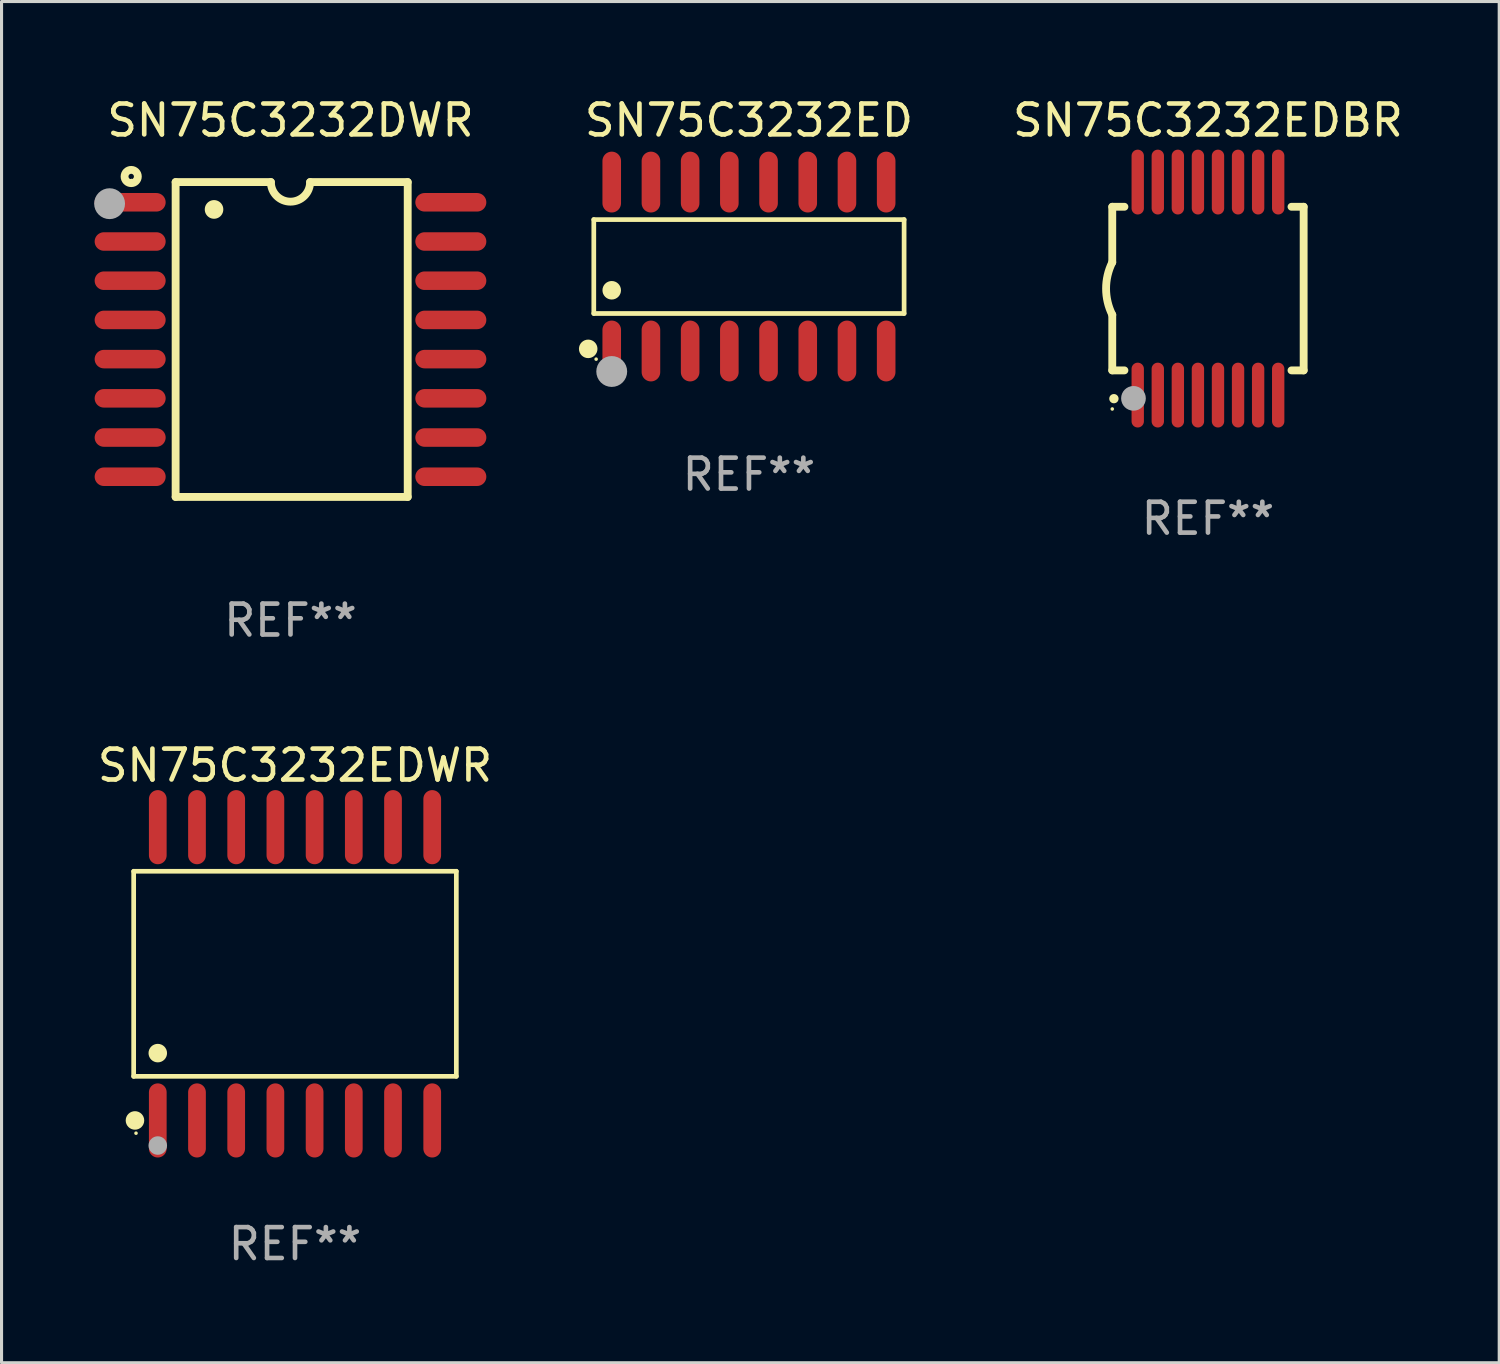
<source format=kicad_pcb>
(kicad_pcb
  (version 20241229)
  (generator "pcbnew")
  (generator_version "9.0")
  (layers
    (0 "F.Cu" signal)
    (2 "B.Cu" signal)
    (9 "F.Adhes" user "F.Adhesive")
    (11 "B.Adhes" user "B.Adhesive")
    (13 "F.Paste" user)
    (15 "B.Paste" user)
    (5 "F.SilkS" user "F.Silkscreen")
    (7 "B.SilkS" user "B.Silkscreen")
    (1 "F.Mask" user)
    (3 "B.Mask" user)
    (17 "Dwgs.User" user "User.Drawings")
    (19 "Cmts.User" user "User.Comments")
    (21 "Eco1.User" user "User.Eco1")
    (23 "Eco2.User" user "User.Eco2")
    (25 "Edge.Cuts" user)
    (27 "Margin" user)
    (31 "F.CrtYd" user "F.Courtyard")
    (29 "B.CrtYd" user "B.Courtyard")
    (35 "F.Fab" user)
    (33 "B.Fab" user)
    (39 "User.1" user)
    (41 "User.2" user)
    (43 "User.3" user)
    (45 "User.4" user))
  (footprint "SN75C3232EDBR"
    (layer "F.Cu")
    (at 36.08 6.298)
    (property "Reference" "SN75C3232EDBR" (at 0 -5.45 0) (layer "F.SilkS") (effects (font (size 1 1) (thickness 0.15))))
    (attr through_hole)
    (fp_line (start -3.1 -2.65) (end -3.1 -0.85) (stroke (width 0.254) (type solid)) (layer "F.SilkS"))
    (fp_line (start -3.1 -2.65) (end -2.706 -2.65) (stroke (width 0.254) (type solid)) (layer "F.SilkS"))
    (fp_line (start -3.1 2.65) (end -3.1 0.85) (stroke (width 0.254) (type solid)) (layer "F.SilkS"))
    (fp_line (start -3.1 2.65) (end -2.706 2.65) (stroke (width 0.254) (type solid)) (layer "F.SilkS"))
    (fp_line (start 2.706 -2.65) (end 3.1 -2.65) (stroke (width 0.254) (type solid)) (layer "F.SilkS"))
    (fp_line (start 2.706 2.65) (end 3.1 2.65) (stroke (width 0.254) (type solid)) (layer "F.SilkS"))
    (fp_line (start 3.1 -2.65) (end 3.1 2.65) (stroke (width 0.254) (type solid)) (layer "F.SilkS"))
    (fp_arc (start -3.098907 0.850902) (mid -3.300057 0.000523) (end -3.1 -0.850114) (stroke (width 0.254001) (type solid)) (layer "F.SilkS"))
    (fp_arc (start -3.048006 3.566066) (mid -3.046736 3.566061) (end -3.045466 3.566066) (stroke (width 0.3) (type solid)) (layer "F.SilkS"))
    (fp_circle (center -3.1 3.9) (end -3.07 3.9) (stroke (width 0.06) (type solid)) (fill no) (layer "F.SilkS"))
    (fp_circle (center -2.413 3.556) (end -2.213 3.556) (stroke (width 0.4) (type solid)) (fill no) (layer "F.Fab"))
    (fp_text user "REF**" (at 0 7.45 0) (layer "F.Fab") (effects (font (size 1 1) (thickness 0.15))))
    (pad "1" smd oval (at -2.275 3.45 180) (size 0.4 2.1) (layers "F.Cu" "F.Mask" "F.Paste"))
    (pad "2" smd oval (at -1.625 3.45 180) (size 0.4 2.1) (layers "F.Cu" "F.Mask" "F.Paste"))
    (pad "3" smd oval (at -0.975 3.45 180) (size 0.4 2.1) (layers "F.Cu" "F.Mask" "F.Paste"))
    (pad "4" smd oval (at -0.325 3.45 180) (size 0.4 2.1) (layers "F.Cu" "F.Mask" "F.Paste"))
    (pad "5" smd oval (at 0.325 3.45 180) (size 0.4 2.1) (layers "F.Cu" "F.Mask" "F.Paste"))
    (pad "6" smd oval (at 0.975 3.45 180) (size 0.4 2.1) (layers "F.Cu" "F.Mask" "F.Paste"))
    (pad "7" smd oval (at 1.625 3.45 180) (size 0.4 2.1) (layers "F.Cu" "F.Mask" "F.Paste"))
    (pad "8" smd oval (at 2.275 3.45 180) (size 0.4 2.1) (layers "F.Cu" "F.Mask" "F.Paste"))
    (pad "9" smd oval (at 2.275 -3.45 180) (size 0.4 2.1) (layers "F.Cu" "F.Mask" "F.Paste"))
    (pad "10" smd oval (at 1.625 -3.45 180) (size 0.4 2.1) (layers "F.Cu" "F.Mask" "F.Paste"))
    (pad "11" smd oval (at 0.975 -3.45 180) (size 0.4 2.1) (layers "F.Cu" "F.Mask" "F.Paste"))
    (pad "12" smd oval (at 0.325 -3.45 180) (size 0.4 2.1) (layers "F.Cu" "F.Mask" "F.Paste"))
    (pad "13" smd oval (at -0.325 -3.45 180) (size 0.4 2.1) (layers "F.Cu" "F.Mask" "F.Paste"))
    (pad "14" smd oval (at -0.975 -3.45 180) (size 0.4 2.1) (layers "F.Cu" "F.Mask" "F.Paste"))
    (pad "15" smd oval (at -1.625 -3.45 180) (size 0.4 2.1) (layers "F.Cu" "F.Mask" "F.Paste"))
    (pad "16" smd oval (at -2.275 -3.45 180) (size 0.4 2.1) (layers "F.Cu" "F.Mask" "F.Paste")))
  (footprint "SN75C3232EDWR"
    (layer "F.Cu")
    (at 6.506 28.495)
    (property "Reference" "SN75C3232EDWR" (at 0 -6.75 0) (layer "F.SilkS") (effects (font (size 1 1) (thickness 0.15))))
    (attr through_hole)
    (fp_line (start -5.226 -3.321) (end 5.226 -3.321) (stroke (width 0.152) (type solid)) (layer "F.SilkS"))
    (fp_line (start -5.226 3.321) (end -5.226 -3.321) (stroke (width 0.152) (type solid)) (layer "F.SilkS"))
    (fp_line (start 5.226 -3.321) (end 5.226 3.321) (stroke (width 0.152) (type solid)) (layer "F.SilkS"))
    (fp_line (start 5.226 3.321) (end -5.226 3.321) (stroke (width 0.152) (type solid)) (layer "F.SilkS"))
    (fp_circle (center -5.184 4.75) (end -5.034 4.75) (stroke (width 0.3) (type solid)) (fill no) (layer "F.SilkS"))
    (fp_circle (center -5.15 5.163) (end -5.12 5.163) (stroke (width 0.06) (type solid)) (fill no) (layer "F.SilkS"))
    (fp_circle (center -4.445 2.569) (end -4.295 2.569) (stroke (width 0.3) (type solid)) (fill no) (layer "F.SilkS"))
    (fp_circle (center -4.445 5.563) (end -4.295 5.563) (stroke (width 0.3) (type solid)) (fill no) (layer "F.Fab"))
    (fp_text user "REF**" (at 0 8.75 0) (layer "F.Fab") (effects (font (size 1 1) (thickness 0.15))))
    (pad "1" smd oval (at -4.445 4.75) (size 0.574 2.401) (layers "F.Cu" "F.Mask" "F.Paste"))
    (pad "2" smd oval (at -3.175 4.75) (size 0.574 2.401) (layers "F.Cu" "F.Mask" "F.Paste"))
    (pad "3" smd oval (at -1.905 4.75) (size 0.574 2.401) (layers "F.Cu" "F.Mask" "F.Paste"))
    (pad "4" smd oval (at -0.635 4.75) (size 0.574 2.401) (layers "F.Cu" "F.Mask" "F.Paste"))
    (pad "5" smd oval (at 0.635 4.75) (size 0.574 2.401) (layers "F.Cu" "F.Mask" "F.Paste"))
    (pad "6" smd oval (at 1.905 4.75) (size 0.574 2.401) (layers "F.Cu" "F.Mask" "F.Paste"))
    (pad "7" smd oval (at 3.175 4.75) (size 0.574 2.401) (layers "F.Cu" "F.Mask" "F.Paste"))
    (pad "8" smd oval (at 4.445 4.75) (size 0.574 2.401) (layers "F.Cu" "F.Mask" "F.Paste"))
    (pad "9" smd oval (at 4.445 -4.75) (size 0.574 2.401) (layers "F.Cu" "F.Mask" "F.Paste"))
    (pad "10" smd oval (at 3.175 -4.75) (size 0.574 2.401) (layers "F.Cu" "F.Mask" "F.Paste"))
    (pad "11" smd oval (at 1.905 -4.75) (size 0.574 2.401) (layers "F.Cu" "F.Mask" "F.Paste"))
    (pad "12" smd oval (at 0.635 -4.75) (size 0.574 2.401) (layers "F.Cu" "F.Mask" "F.Paste"))
    (pad "13" smd oval (at -0.635 -4.75) (size 0.574 2.401) (layers "F.Cu" "F.Mask" "F.Paste"))
    (pad "14" smd oval (at -1.905 -4.75) (size 0.574 2.401) (layers "F.Cu" "F.Mask" "F.Paste"))
    (pad "15" smd oval (at -3.175 -4.75) (size 0.574 2.401) (layers "F.Cu" "F.Mask" "F.Paste"))
    (pad "16" smd oval (at -4.445 -4.75) (size 0.574 2.401) (layers "F.Cu" "F.Mask" "F.Paste")))
  (footprint "SN75C3232ED"
    (layer "F.Cu")
    (at 21.211 5.584)
    (property "Reference" "SN75C3232ED" (at 0 -4.736 0) (layer "F.SilkS") (effects (font (size 1 1) (thickness 0.15))))
    (attr through_hole)
    (fp_line (start -5.026 -1.521) (end 5.026 -1.521) (stroke (width 0.152) (type solid)) (layer "F.SilkS"))
    (fp_line (start -5.026 1.521) (end -5.026 -1.521) (stroke (width 0.152) (type solid)) (layer "F.SilkS"))
    (fp_line (start 5.026 -1.521) (end 5.026 1.521) (stroke (width 0.152) (type solid)) (layer "F.SilkS"))
    (fp_line (start 5.026 1.521) (end -5.026 1.521) (stroke (width 0.152) (type solid)) (layer "F.SilkS"))
    (fp_circle (center -5.207 2.667) (end -5.057 2.667) (stroke (width 0.3) (type solid)) (fill no) (layer "F.SilkS"))
    (fp_circle (center -4.95 3) (end -4.92 3) (stroke (width 0.06) (type solid)) (fill no) (layer "F.SilkS"))
    (fp_circle (center -4.445 0.769) (end -4.295 0.769) (stroke (width 0.3) (type solid)) (fill no) (layer "F.SilkS"))
    (fp_circle (center -4.445 3.4) (end -4.195 3.4) (stroke (width 0.5) (type solid)) (fill no) (layer "F.Fab"))
    (fp_text user "REF**" (at 0 6.736 0) (layer "F.Fab") (effects (font (size 1 1) (thickness 0.15))))
    (pad "1" smd oval (at -4.445 2.736) (size 0.602 1.971) (layers "F.Cu" "F.Mask" "F.Paste"))
    (pad "2" smd oval (at -3.175 2.736) (size 0.602 1.971) (layers "F.Cu" "F.Mask" "F.Paste"))
    (pad "3" smd oval (at -1.905 2.736) (size 0.602 1.971) (layers "F.Cu" "F.Mask" "F.Paste"))
    (pad "4" smd oval (at -0.635 2.736) (size 0.602 1.971) (layers "F.Cu" "F.Mask" "F.Paste"))
    (pad "5" smd oval (at 0.635 2.736) (size 0.602 1.971) (layers "F.Cu" "F.Mask" "F.Paste"))
    (pad "6" smd oval (at 1.905 2.736) (size 0.602 1.971) (layers "F.Cu" "F.Mask" "F.Paste"))
    (pad "7" smd oval (at 3.175 2.736) (size 0.602 1.971) (layers "F.Cu" "F.Mask" "F.Paste"))
    (pad "8" smd oval (at 4.445 2.736) (size 0.602 1.971) (layers "F.Cu" "F.Mask" "F.Paste"))
    (pad "9" smd oval (at 4.445 -2.736) (size 0.602 1.971) (layers "F.Cu" "F.Mask" "F.Paste"))
    (pad "10" smd oval (at 3.175 -2.736) (size 0.602 1.971) (layers "F.Cu" "F.Mask" "F.Paste"))
    (pad "11" smd oval (at 1.905 -2.736) (size 0.602 1.971) (layers "F.Cu" "F.Mask" "F.Paste"))
    (pad "12" smd oval (at 0.635 -2.736) (size 0.602 1.971) (layers "F.Cu" "F.Mask" "F.Paste"))
    (pad "13" smd oval (at -0.635 -2.736) (size 0.602 1.971) (layers "F.Cu" "F.Mask" "F.Paste"))
    (pad "14" smd oval (at -1.905 -2.736) (size 0.602 1.971) (layers "F.Cu" "F.Mask" "F.Paste"))
    (pad "15" smd oval (at -3.175 -2.736) (size 0.602 1.971) (layers "F.Cu" "F.Mask" "F.Paste"))
    (pad "16" smd oval (at -4.445 -2.736) (size 0.602 1.971) (layers "F.Cu" "F.Mask" "F.Paste")))
  (footprint "SN75C3232DWR"
    (layer "F.Cu")
    (at 6.36 7.948)
    (property "Reference" "SN75C3232DWR" (at 0 -7.1 0) (layer "F.SilkS") (effects (font (size 1 1) (thickness 0.15))))
    (attr through_hole)
    (fp_line (start -3.721 -5.1) (end -3.721 5.1) (stroke (width 0.254) (type solid)) (layer "F.SilkS"))
    (fp_line (start -3.721 -5.1) (end -0.635 -5.1) (stroke (width 0.254) (type solid)) (layer "F.SilkS"))
    (fp_line (start -3.721 5.1) (end 3.797 5.1) (stroke (width 0.254) (type solid)) (layer "F.SilkS"))
    (fp_line (start 3.797 -5.1) (end 0.635 -5.1) (stroke (width 0.254) (type solid)) (layer "F.SilkS"))
    (fp_line (start 3.797 5.1) (end 3.797 -5.1) (stroke (width 0.254) (type solid)) (layer "F.SilkS"))
    (fp_arc (start -2.476556 -4.211328) (mid -2.476567 -4.213868) (end -2.476556 -4.216408) (stroke (width 0.6) (type solid)) (layer "F.SilkS"))
    (fp_arc (start 0.63495 -5.100076) (mid -0.000178 -4.465329) (end -0.635052 -5.10033) (stroke (width 0.254001) (type solid)) (layer "F.SilkS"))
    (fp_circle (center -5.16 -5.28) (end -4.945 -5.28) (stroke (width 0.254) (type solid)) (fill no) (layer "F.SilkS"))
    (fp_circle (center -5.15 -5.15) (end -5.12 -5.15) (stroke (width 0.06) (type solid)) (fill no) (layer "F.SilkS"))
    (fp_circle (center -5.86 -4.4) (end -5.61 -4.4) (stroke (width 0.5) (type solid)) (fill no) (layer "F.Fab"))
    (fp_text user "REF**" (at 0 9.1 0) (layer "F.Fab") (effects (font (size 1 1) (thickness 0.15))))
    (pad "1" smd oval (at -5.194 -4.445) (size 2.3 0.6) (layers "F.Cu" "F.Mask" "F.Paste"))
    (pad "2" smd oval (at -5.194 -3.175) (size 2.3 0.6) (layers "F.Cu" "F.Mask" "F.Paste"))
    (pad "3" smd oval (at -5.194 -1.905) (size 2.3 0.6) (layers "F.Cu" "F.Mask" "F.Paste"))
    (pad "4" smd oval (at -5.194 -0.635) (size 2.3 0.6) (layers "F.Cu" "F.Mask" "F.Paste"))
    (pad "5" smd oval (at -5.194 0.635) (size 2.3 0.6) (layers "F.Cu" "F.Mask" "F.Paste"))
    (pad "6" smd oval (at -5.194 1.905) (size 2.3 0.6) (layers "F.Cu" "F.Mask" "F.Paste"))
    (pad "7" smd oval (at -5.194 3.175) (size 2.3 0.6) (layers "F.Cu" "F.Mask" "F.Paste"))
    (pad "8" smd oval (at -5.194 4.445) (size 2.3 0.6) (layers "F.Cu" "F.Mask" "F.Paste"))
    (pad "9" smd oval (at 5.194 4.445) (size 2.3 0.6) (layers "F.Cu" "F.Mask" "F.Paste"))
    (pad "10" smd oval (at 5.194 3.175) (size 2.3 0.6) (layers "F.Cu" "F.Mask" "F.Paste"))
    (pad "11" smd oval (at 5.194 1.905) (size 2.3 0.6) (layers "F.Cu" "F.Mask" "F.Paste"))
    (pad "12" smd oval (at 5.194 0.635) (size 2.3 0.6) (layers "F.Cu" "F.Mask" "F.Paste"))
    (pad "13" smd oval (at 5.194 -0.635) (size 2.3 0.6) (layers "F.Cu" "F.Mask" "F.Paste"))
    (pad "14" smd oval (at 5.194 -1.905) (size 2.3 0.6) (layers "F.Cu" "F.Mask" "F.Paste"))
    (pad "15" smd oval (at 5.194 -3.175) (size 2.3 0.6) (layers "F.Cu" "F.Mask" "F.Paste"))
    (pad "16" smd oval (at 5.194 -4.445) (size 2.3 0.6) (layers "F.Cu" "F.Mask" "F.Paste")))
  (gr_rect
    (start -3 -3)
    (end 45.515 41.094)
    (stroke (width 0.1) (type default))
    (fill no)
    (layer "Edge.Cuts")))
</source>
